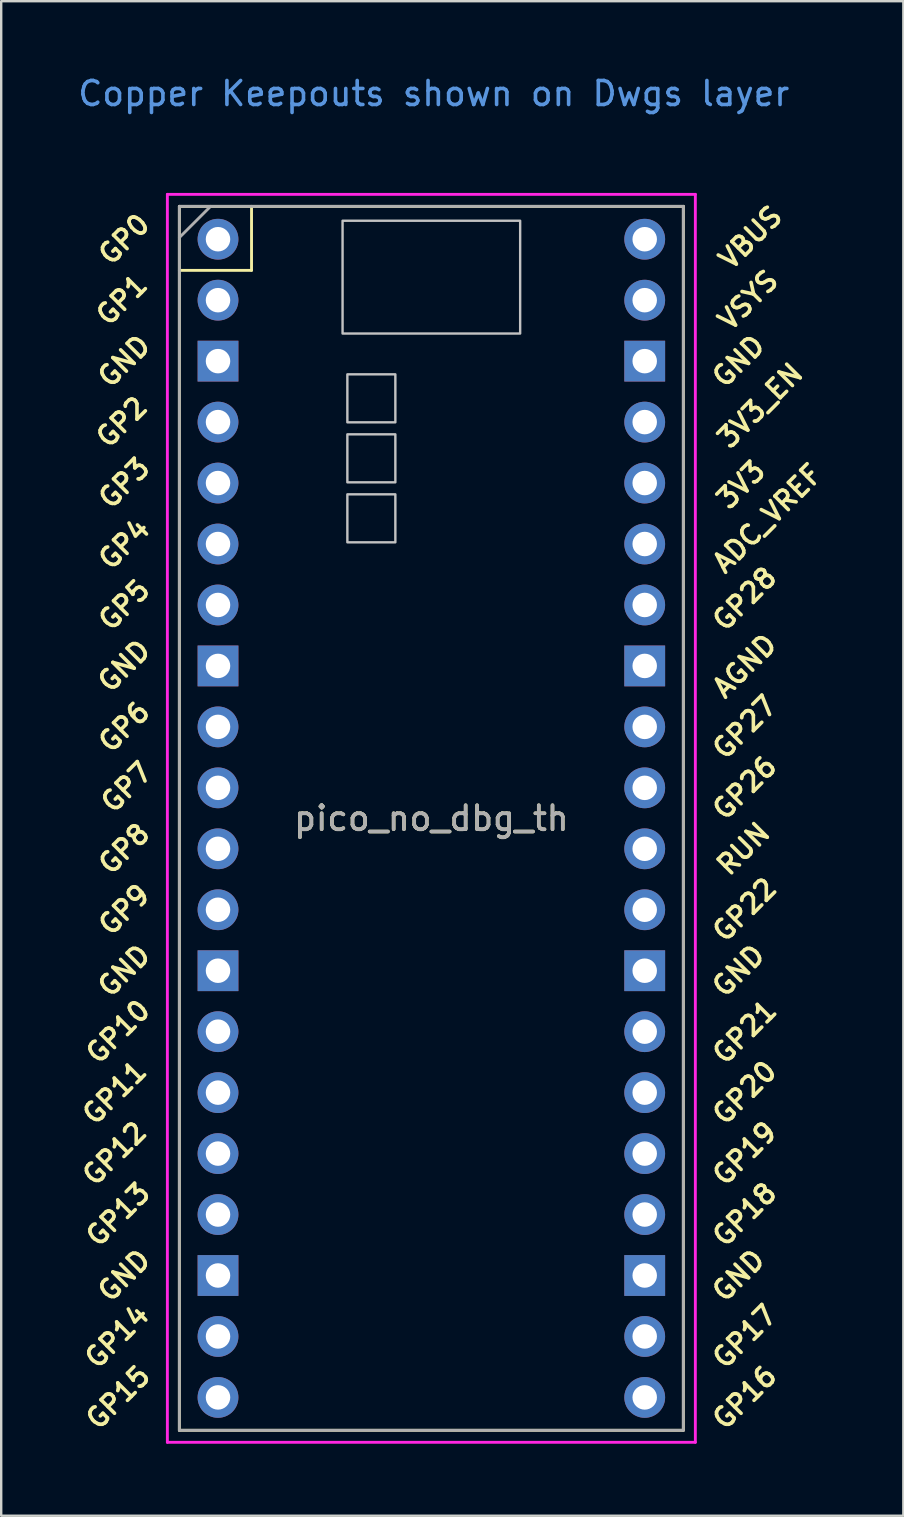
<source format=kicad_pcb>
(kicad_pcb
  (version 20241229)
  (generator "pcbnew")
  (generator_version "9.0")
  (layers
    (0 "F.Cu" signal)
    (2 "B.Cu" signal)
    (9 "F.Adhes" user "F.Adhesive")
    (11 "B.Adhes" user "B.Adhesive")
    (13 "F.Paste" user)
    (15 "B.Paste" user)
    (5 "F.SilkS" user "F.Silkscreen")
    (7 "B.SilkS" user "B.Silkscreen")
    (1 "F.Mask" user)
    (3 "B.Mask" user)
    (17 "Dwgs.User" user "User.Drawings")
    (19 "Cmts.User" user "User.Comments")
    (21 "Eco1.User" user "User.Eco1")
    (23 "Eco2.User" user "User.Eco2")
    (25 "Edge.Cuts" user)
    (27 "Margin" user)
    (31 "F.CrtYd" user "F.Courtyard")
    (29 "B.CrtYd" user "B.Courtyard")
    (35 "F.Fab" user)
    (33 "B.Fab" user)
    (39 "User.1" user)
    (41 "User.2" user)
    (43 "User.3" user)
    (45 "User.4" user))
  (footprint "pico_no_dbg_th"
    (layer "F.Cu")
    (at 14.924 31.048)
    (property "Reference" "pico_no_dbg_th" (at 0 0 0) (layer "F.SilkS") (effects (font (size 1 1) (thickness 0.15))))
    (attr through_hole)
    (fp_line (start -10.5 -25.5) (end -10.5 25.5) (stroke (width 0.12) (type solid)) (layer "F.SilkS"))
    (fp_line (start -10.5 -25.5) (end 10.5 -25.5) (stroke (width 0.12) (type solid)) (layer "F.SilkS"))
    (fp_line (start -10.5 -22.833) (end -7.493 -22.833) (stroke (width 0.12) (type solid)) (layer "F.SilkS"))
    (fp_line (start -7.493 -22.833) (end -7.493 -25.5) (stroke (width 0.12) (type solid)) (layer "F.SilkS"))
    (fp_line (start 10.5 -25.5) (end 10.5 25.5) (stroke (width 0.12) (type solid)) (layer "F.SilkS"))
    (fp_line (start 10.5 25.5) (end -10.5 25.5) (stroke (width 0.12) (type solid)) (layer "F.SilkS"))
    (fp_poly (pts (xy -1.5 -16.5) (xy -3.5 -16.5) (xy -3.5 -18.5) (xy -1.5 -18.5)) (stroke (width 0.1) (type solid)) (fill no) (layer "Dwgs.User"))
    (fp_poly (pts (xy -1.5 -14) (xy -3.5 -14) (xy -3.5 -16) (xy -1.5 -16)) (stroke (width 0.1) (type solid)) (fill no) (layer "Dwgs.User"))
    (fp_poly (pts (xy -1.5 -11.5) (xy -3.5 -11.5) (xy -3.5 -13.5) (xy -1.5 -13.5)) (stroke (width 0.1) (type solid)) (fill no) (layer "Dwgs.User"))
    (fp_poly (pts (xy 3.7 -20.2) (xy -3.7 -20.2) (xy -3.7 -24.9) (xy 3.7 -24.9)) (stroke (width 0.1) (type solid)) (fill no) (layer "Dwgs.User"))
    (fp_line (start -11 -26) (end 11 -26) (stroke (width 0.12) (type solid)) (layer "F.CrtYd"))
    (fp_line (start -11 26) (end -11 -26) (stroke (width 0.12) (type solid)) (layer "F.CrtYd"))
    (fp_line (start 11 -26) (end 11 26) (stroke (width 0.12) (type solid)) (layer "F.CrtYd"))
    (fp_line (start 11 26) (end -11 26) (stroke (width 0.12) (type solid)) (layer "F.CrtYd"))
    (fp_line (start -10.5 -25.5) (end 10.5 -25.5) (stroke (width 0.12) (type solid)) (layer "F.Fab"))
    (fp_line (start -10.5 -24.2) (end -9.2 -25.5) (stroke (width 0.12) (type solid)) (layer "F.Fab"))
    (fp_line (start -10.5 25.5) (end -10.5 -25.5) (stroke (width 0.12) (type solid)) (layer "F.Fab"))
    (fp_line (start 10.5 -25.5) (end 10.5 25.5) (stroke (width 0.12) (type solid)) (layer "F.Fab"))
    (fp_line (start 10.5 25.5) (end -10.5 25.5) (stroke (width 0.12) (type solid)) (layer "F.Fab"))
    (fp_text user "GND" (at -12.8 6.35 45) (layer "F.SilkS") (effects (font (size 0.8 0.8) (thickness 0.15))))
    (fp_text user "GP18" (at 13.054 16.51 45) (layer "F.SilkS") (effects (font (size 0.8 0.8) (thickness 0.15))))
    (fp_text user "GP10" (at -13.054 8.89 45) (layer "F.SilkS") (effects (font (size 0.8 0.8) (thickness 0.15))))
    (fp_text user "GP11" (at -13.2 11.43 45) (layer "F.SilkS") (effects (font (size 0.8 0.8) (thickness 0.15))))
    (fp_text user "GP8" (at -12.8 1.27 45) (layer "F.SilkS") (effects (font (size 0.8 0.8) (thickness 0.15))))
    (fp_text user "GP3" (at -12.8 -13.97 45) (layer "F.SilkS") (effects (font (size 0.8 0.8) (thickness 0.15))))
    (fp_text user "GND" (at -12.8 19.05 45) (layer "F.SilkS") (effects (font (size 0.8 0.8) (thickness 0.15))))
    (fp_text user "3V3" (at 12.9 -13.9 45) (layer "F.SilkS") (effects (font (size 0.8 0.8) (thickness 0.15))))
    (fp_text user "GP20" (at 13.054 11.43 45) (layer "F.SilkS") (effects (font (size 0.8 0.8) (thickness 0.15))))
    (fp_text user "GP12" (at -13.2 13.97 45) (layer "F.SilkS") (effects (font (size 0.8 0.8) (thickness 0.15))))
    (fp_text user "GP19" (at 13.054 13.97 45) (layer "F.SilkS") (effects (font (size 0.8 0.8) (thickness 0.15))))
    (fp_text user "GP15" (at -13.054 24.13 45) (layer "F.SilkS") (effects (font (size 0.8 0.8) (thickness 0.15))))
    (fp_text user "GP27" (at 13.054 -3.8 45) (layer "F.SilkS") (effects (font (size 0.8 0.8) (thickness 0.15))))
    (fp_text user "GP17" (at 13.054 21.59 45) (layer "F.SilkS") (effects (font (size 0.8 0.8) (thickness 0.15))))
    (fp_text user "VBUS" (at 13.3 -24.2 45) (layer "F.SilkS") (effects (font (size 0.8 0.8) (thickness 0.15))))
    (fp_text user "GND" (at 12.8 6.35 45) (layer "F.SilkS") (effects (font (size 0.8 0.8) (thickness 0.15))))
    (fp_text user "GP9" (at -12.8 3.81 45) (layer "F.SilkS") (effects (font (size 0.8 0.8) (thickness 0.15))))
    (fp_text user "GP22" (at 13.054 3.81 45) (layer "F.SilkS") (effects (font (size 0.8 0.8) (thickness 0.15))))
    (fp_text user "GND" (at -12.8 -19.05 45) (layer "F.SilkS") (effects (font (size 0.8 0.8) (thickness 0.15))))
    (fp_text user "GND" (at 12.8 -19.05 45) (layer "F.SilkS") (effects (font (size 0.8 0.8) (thickness 0.15))))
    (fp_text user "GP28" (at 13.054 -9.144 45) (layer "F.SilkS") (effects (font (size 0.8 0.8) (thickness 0.15))))
    (fp_text user "GND" (at 12.8 19.05 45) (layer "F.SilkS") (effects (font (size 0.8 0.8) (thickness 0.15))))
    (fp_text user "GP7" (at -12.7 -1.3 45) (layer "F.SilkS") (effects (font (size 0.8 0.8) (thickness 0.15))))
    (fp_text user "GP6" (at -12.8 -3.81 45) (layer "F.SilkS") (effects (font (size 0.8 0.8) (thickness 0.15))))
    (fp_text user "GP14" (at -13.1 21.59 45) (layer "F.SilkS") (effects (font (size 0.8 0.8) (thickness 0.15))))
    (fp_text user "GND" (at -12.8 -6.35 45) (layer "F.SilkS") (effects (font (size 0.8 0.8) (thickness 0.15))))
    (fp_text user "GP21" (at 13.054 8.9 45) (layer "F.SilkS") (effects (font (size 0.8 0.8) (thickness 0.15))))
    (fp_text user "GP1" (at -12.9 -21.6 45) (layer "F.SilkS") (effects (font (size 0.8 0.8) (thickness 0.15))))
    (fp_text user "RUN" (at 13 1.27 45) (layer "F.SilkS") (effects (font (size 0.8 0.8) (thickness 0.15))))
    (fp_text user "GP0" (at -12.8 -24.13 45) (layer "F.SilkS") (effects (font (size 0.8 0.8) (thickness 0.15))))
    (fp_text user "3V3_EN" (at 13.7 -17.2 45) (layer "F.SilkS") (effects (font (size 0.8 0.8) (thickness 0.15))))
    (fp_text user "GP16" (at 13.054 24.13 45) (layer "F.SilkS") (effects (font (size 0.8 0.8) (thickness 0.15))))
    (fp_text user "GP26" (at 13.054 -1.27 45) (layer "F.SilkS") (effects (font (size 0.8 0.8) (thickness 0.15))))
    (fp_text user "GP2" (at -12.9 -16.51 45) (layer "F.SilkS") (effects (font (size 0.8 0.8) (thickness 0.15))))
    (fp_text user "GP13" (at -13.054 16.51 45) (layer "F.SilkS") (effects (font (size 0.8 0.8) (thickness 0.15))))
    (fp_text user "ADC_VREF" (at 14 -12.5 45) (layer "F.SilkS") (effects (font (size 0.8 0.8) (thickness 0.15))))
    (fp_text user "AGND" (at 13.054 -6.35 45) (layer "F.SilkS") (effects (font (size 0.8 0.8) (thickness 0.15))))
    (fp_text user "GP4" (at -12.8 -11.43 45) (layer "F.SilkS") (effects (font (size 0.8 0.8) (thickness 0.15))))
    (fp_text user "VSYS" (at 13.2 -21.59 45) (layer "F.SilkS") (effects (font (size 0.8 0.8) (thickness 0.15))))
    (fp_text user "GP5" (at -12.8 -8.89 45) (layer "F.SilkS") (effects (font (size 0.8 0.8) (thickness 0.15))))
    (fp_text user "Copper Keepouts shown on Dwgs layer" (at 0.1 -30.2 0) (layer "Cmts.User") (effects (font (size 1 1) (thickness 0.15))))
    (fp_text user "${REFERENCE}" (at 0 0 180) (layer "F.Fab") (effects (font (size 1 1) (thickness 0.15))))
    (pad "1" thru_hole oval (at -8.89 -24.13) (size 1.7 1.7) (drill 1.02) (layers "*.Cu" "*.Mask"))
    (pad "2" thru_hole oval (at -8.89 -21.59) (size 1.7 1.7) (drill 1.02) (layers "*.Cu" "*.Mask"))
    (pad "3" thru_hole rect (at -8.89 -19.05) (size 1.7 1.7) (drill 1.02) (layers "*.Cu" "*.Mask"))
    (pad "4" thru_hole oval (at -8.89 -16.51) (size 1.7 1.7) (drill 1.02) (layers "*.Cu" "*.Mask"))
    (pad "5" thru_hole oval (at -8.89 -13.97) (size 1.7 1.7) (drill 1.02) (layers "*.Cu" "*.Mask"))
    (pad "6" thru_hole oval (at -8.89 -11.43) (size 1.7 1.7) (drill 1.02) (layers "*.Cu" "*.Mask"))
    (pad "7" thru_hole oval (at -8.89 -8.89) (size 1.7 1.7) (drill 1.02) (layers "*.Cu" "*.Mask"))
    (pad "8" thru_hole rect (at -8.89 -6.35) (size 1.7 1.7) (drill 1.02) (layers "*.Cu" "*.Mask"))
    (pad "9" thru_hole oval (at -8.89 -3.81) (size 1.7 1.7) (drill 1.02) (layers "*.Cu" "*.Mask"))
    (pad "10" thru_hole oval (at -8.89 -1.27) (size 1.7 1.7) (drill 1.02) (layers "*.Cu" "*.Mask"))
    (pad "11" thru_hole oval (at -8.89 1.27) (size 1.7 1.7) (drill 1.02) (layers "*.Cu" "*.Mask"))
    (pad "12" thru_hole oval (at -8.89 3.81) (size 1.7 1.7) (drill 1.02) (layers "*.Cu" "*.Mask"))
    (pad "13" thru_hole rect (at -8.89 6.35) (size 1.7 1.7) (drill 1.02) (layers "*.Cu" "*.Mask"))
    (pad "14" thru_hole oval (at -8.89 8.89) (size 1.7 1.7) (drill 1.02) (layers "*.Cu" "*.Mask"))
    (pad "15" thru_hole oval (at -8.89 11.43) (size 1.7 1.7) (drill 1.02) (layers "*.Cu" "*.Mask"))
    (pad "16" thru_hole oval (at -8.89 13.97) (size 1.7 1.7) (drill 1.02) (layers "*.Cu" "*.Mask"))
    (pad "17" thru_hole oval (at -8.89 16.51) (size 1.7 1.7) (drill 1.02) (layers "*.Cu" "*.Mask"))
    (pad "18" thru_hole rect (at -8.89 19.05) (size 1.7 1.7) (drill 1.02) (layers "*.Cu" "*.Mask"))
    (pad "19" thru_hole oval (at -8.89 21.59) (size 1.7 1.7) (drill 1.02) (layers "*.Cu" "*.Mask"))
    (pad "20" thru_hole oval (at -8.89 24.13) (size 1.7 1.7) (drill 1.02) (layers "*.Cu" "*.Mask"))
    (pad "21" thru_hole oval (at 8.89 24.13) (size 1.7 1.7) (drill 1.02) (layers "*.Cu" "*.Mask"))
    (pad "22" thru_hole oval (at 8.89 21.59) (size 1.7 1.7) (drill 1.02) (layers "*.Cu" "*.Mask"))
    (pad "23" thru_hole rect (at 8.89 19.05) (size 1.7 1.7) (drill 1.02) (layers "*.Cu" "*.Mask"))
    (pad "24" thru_hole oval (at 8.89 16.51) (size 1.7 1.7) (drill 1.02) (layers "*.Cu" "*.Mask"))
    (pad "25" thru_hole oval (at 8.89 13.97) (size 1.7 1.7) (drill 1.02) (layers "*.Cu" "*.Mask"))
    (pad "26" thru_hole oval (at 8.89 11.43) (size 1.7 1.7) (drill 1.02) (layers "*.Cu" "*.Mask"))
    (pad "27" thru_hole oval (at 8.89 8.89) (size 1.7 1.7) (drill 1.02) (layers "*.Cu" "*.Mask"))
    (pad "28" thru_hole rect (at 8.89 6.35) (size 1.7 1.7) (drill 1.02) (layers "*.Cu" "*.Mask"))
    (pad "29" thru_hole oval (at 8.89 3.81) (size 1.7 1.7) (drill 1.02) (layers "*.Cu" "*.Mask"))
    (pad "30" thru_hole oval (at 8.89 1.27) (size 1.7 1.7) (drill 1.02) (layers "*.Cu" "*.Mask"))
    (pad "31" thru_hole oval (at 8.89 -1.27) (size 1.7 1.7) (drill 1.02) (layers "*.Cu" "*.Mask"))
    (pad "32" thru_hole oval (at 8.89 -3.81) (size 1.7 1.7) (drill 1.02) (layers "*.Cu" "*.Mask"))
    (pad "33" thru_hole rect (at 8.89 -6.35) (size 1.7 1.7) (drill 1.02) (layers "*.Cu" "*.Mask"))
    (pad "34" thru_hole oval (at 8.89 -8.89) (size 1.7 1.7) (drill 1.02) (layers "*.Cu" "*.Mask"))
    (pad "35" thru_hole oval (at 8.89 -11.43) (size 1.7 1.7) (drill 1.02) (layers "*.Cu" "*.Mask"))
    (pad "36" thru_hole oval (at 8.89 -13.97) (size 1.7 1.7) (drill 1.02) (layers "*.Cu" "*.Mask"))
    (pad "37" thru_hole oval (at 8.89 -16.51) (size 1.7 1.7) (drill 1.02) (layers "*.Cu" "*.Mask"))
    (pad "38" thru_hole rect (at 8.89 -19.05) (size 1.7 1.7) (drill 1.02) (layers "*.Cu" "*.Mask"))
    (pad "39" thru_hole oval (at 8.89 -21.59) (size 1.7 1.7) (drill 1.02) (layers "*.Cu" "*.Mask"))
    (pad "40" thru_hole oval (at 8.89 -24.13) (size 1.7 1.7) (drill 1.02) (layers "*.Cu" "*.Mask")))
  (gr_rect
    (start -3 -3)
    (end 34.591 60.108)
    (stroke (width 0.1) (type default))
    (fill no)
    (layer "Edge.Cuts")))
</source>
